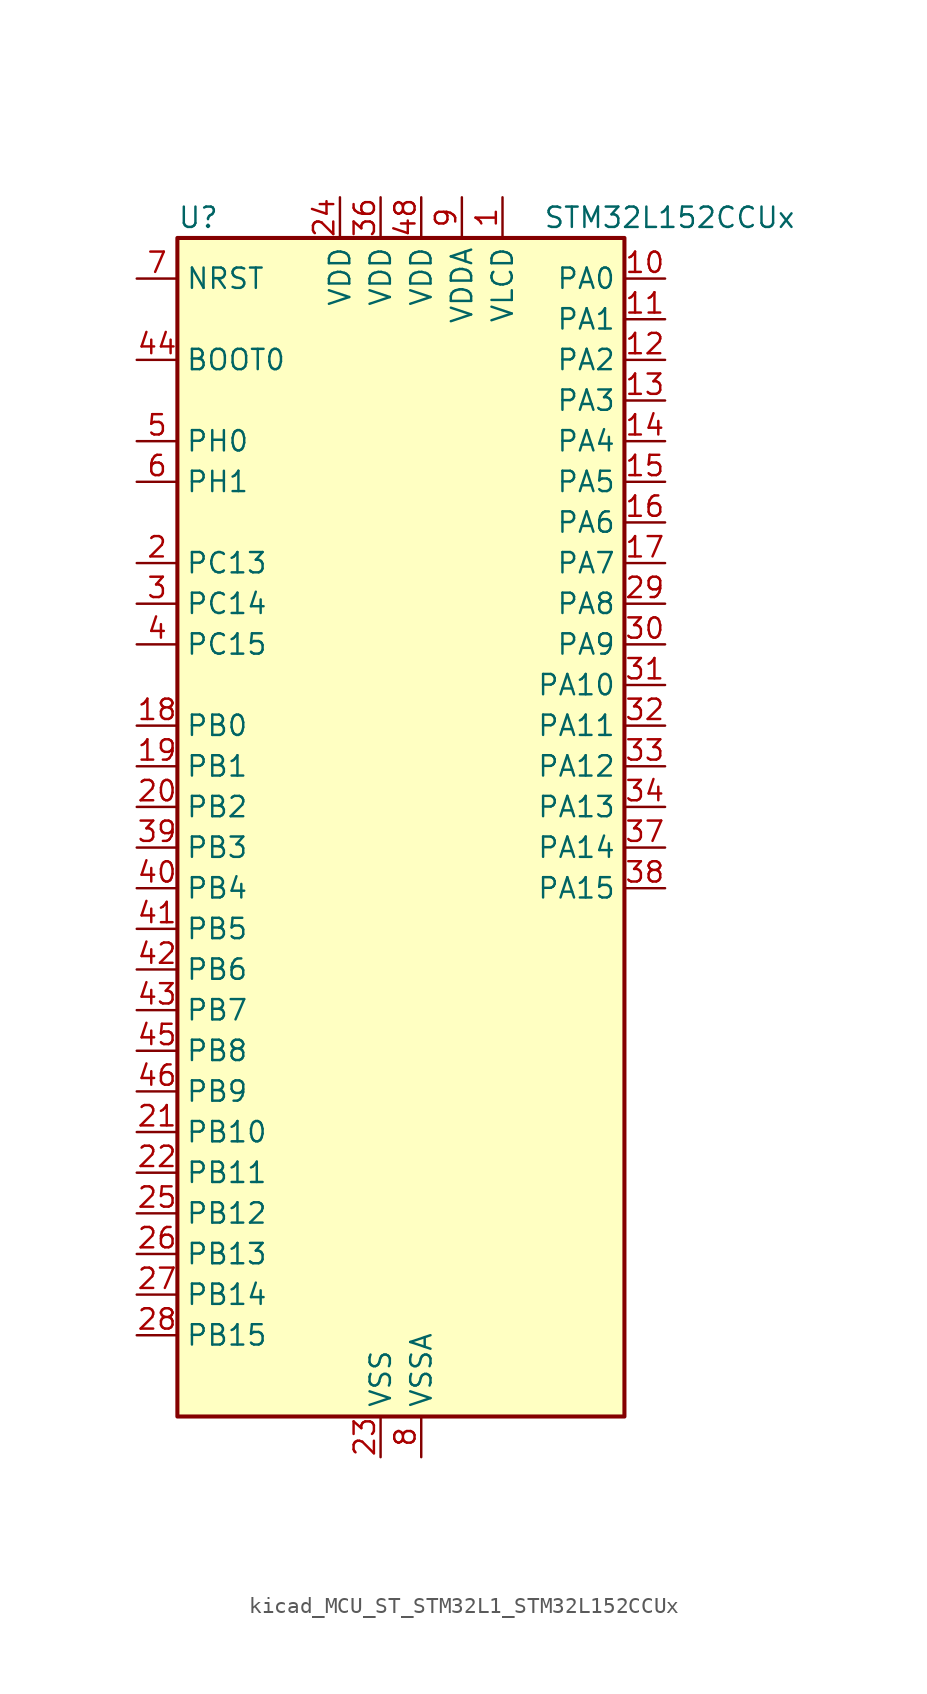
<source format=kicad_sym>
(kicad_symbol_lib
  (version 20220914)
  (generator kicad_symbol_editor)
  (symbol "kicad_MCU_ST_STM32L1_STM32L152CCUx"
    (property "Reference" "U"
      (at -12.7 39.37 0)
      (effects (font (size 1.27 1.27)) (justify left)))
    (property "Value" "STM32L152CCUx"
      (at 10.16 39.37 0)
      (effects (font (size 1.27 1.27)) (justify left)))
    (property "ki_locked" ""
      (at 0 0 0)
      (effects (font (size 1.27 1.27))))
    (symbol "kicad_MCU_ST_STM32L1_STM32L152CCUx_0_1"
      (rectangle (start -12.7 -35.56) (end 15.24 38.1) (stroke (width 0.254) (type default)) (fill (type background))))
    (symbol "kicad_MCU_ST_STM32L1_STM32L152CCUx_1_1"
      (pin power_in line (at 7.62 40.64 270) (length 2.54) (name "VLCD" (effects (font (size 1.27 1.27)))) (number "1" (effects (font (size 1.27 1.27)))))
      (pin bidirectional line (at 17.78 35.56 180) (length 2.54) (name "PA0" (effects (font (size 1.27 1.27)))) (number "10" (effects (font (size 1.27 1.27)))) (alternate "ADC_IN0" bidirectional line) (alternate "COMP1_INP" bidirectional line) (alternate "RTC_TAMP2" bidirectional line) (alternate "SYS_WKUP1" bidirectional line) (alternate "TIM2_CH1" bidirectional line) (alternate "TIM2_ETR" bidirectional line) (alternate "TIM5_CH1" bidirectional line) (alternate "TIMX_IC1" bidirectional line) (alternate "TS_G1_IO1" bidirectional line) (alternate "USART2_CTS" bidirectional line))
      (pin bidirectional line (at 17.78 33.02 180) (length 2.54) (name "PA1" (effects (font (size 1.27 1.27)))) (number "11" (effects (font (size 1.27 1.27)))) (alternate "ADC_IN1" bidirectional line) (alternate "COMP1_INP" bidirectional line) (alternate "LCD_SEG0" bidirectional line) (alternate "OPAMP1_VINP" bidirectional line) (alternate "TIM2_CH2" bidirectional line) (alternate "TIM5_CH2" bidirectional line) (alternate "TIMX_IC2" bidirectional line) (alternate "TS_G1_IO2" bidirectional line) (alternate "USART2_RTS" bidirectional line))
      (pin bidirectional line (at 17.78 30.48 180) (length 2.54) (name "PA2" (effects (font (size 1.27 1.27)))) (number "12" (effects (font (size 1.27 1.27)))) (alternate "ADC_IN2" bidirectional line) (alternate "COMP1_INP" bidirectional line) (alternate "LCD_SEG1" bidirectional line) (alternate "OPAMP1_VINM" bidirectional line) (alternate "TIM2_CH3" bidirectional line) (alternate "TIM5_CH3" bidirectional line) (alternate "TIM9_CH1" bidirectional line) (alternate "TIMX_IC3" bidirectional line) (alternate "TS_G1_IO3" bidirectional line) (alternate "USART2_TX" bidirectional line))
      (pin bidirectional line (at 17.78 27.94 180) (length 2.54) (name "PA3" (effects (font (size 1.27 1.27)))) (number "13" (effects (font (size 1.27 1.27)))) (alternate "ADC_IN3" bidirectional line) (alternate "COMP1_INP" bidirectional line) (alternate "LCD_SEG2" bidirectional line) (alternate "OPAMP1_VOUT" bidirectional line) (alternate "TIM2_CH4" bidirectional line) (alternate "TIM5_CH4" bidirectional line) (alternate "TIM9_CH2" bidirectional line) (alternate "TIMX_IC4" bidirectional line) (alternate "TS_G1_IO4" bidirectional line) (alternate "USART2_RX" bidirectional line))
      (pin bidirectional line (at 17.78 25.4 180) (length 2.54) (name "PA4" (effects (font (size 1.27 1.27)))) (number "14" (effects (font (size 1.27 1.27)))) (alternate "ADC_IN4" bidirectional line) (alternate "COMP1_INP" bidirectional line) (alternate "DAC_OUT1" bidirectional line) (alternate "I2S3_WS" bidirectional line) (alternate "SPI1_NSS" bidirectional line) (alternate "SPI3_NSS" bidirectional line) (alternate "TIMX_IC1" bidirectional line) (alternate "USART2_CK" bidirectional line))
      (pin bidirectional line (at 17.78 22.86 180) (length 2.54) (name "PA5" (effects (font (size 1.27 1.27)))) (number "15" (effects (font (size 1.27 1.27)))) (alternate "ADC_IN5" bidirectional line) (alternate "COMP1_INP" bidirectional line) (alternate "DAC_OUT2" bidirectional line) (alternate "SPI1_SCK" bidirectional line) (alternate "TIM2_CH1" bidirectional line) (alternate "TIM2_ETR" bidirectional line) (alternate "TIMX_IC2" bidirectional line))
      (pin bidirectional line (at 17.78 20.32 180) (length 2.54) (name "PA6" (effects (font (size 1.27 1.27)))) (number "16" (effects (font (size 1.27 1.27)))) (alternate "ADC_IN6" bidirectional line) (alternate "COMP1_INP" bidirectional line) (alternate "LCD_SEG3" bidirectional line) (alternate "OPAMP2_VINP" bidirectional line) (alternate "SPI1_MISO" bidirectional line) (alternate "TIM10_CH1" bidirectional line) (alternate "TIM3_CH1" bidirectional line) (alternate "TIMX_IC3" bidirectional line) (alternate "TS_G2_IO1" bidirectional line))
      (pin bidirectional line (at 17.78 17.78 180) (length 2.54) (name "PA7" (effects (font (size 1.27 1.27)))) (number "17" (effects (font (size 1.27 1.27)))) (alternate "ADC_IN7" bidirectional line) (alternate "COMP1_INP" bidirectional line) (alternate "LCD_SEG4" bidirectional line) (alternate "OPAMP2_VINM" bidirectional line) (alternate "SPI1_MOSI" bidirectional line) (alternate "TIM11_CH1" bidirectional line) (alternate "TIM3_CH2" bidirectional line) (alternate "TIMX_IC4" bidirectional line) (alternate "TS_G2_IO2" bidirectional line))
      (pin bidirectional line (at -15.24 7.62 0) (length 2.54) (name "PB0" (effects (font (size 1.27 1.27)))) (number "18" (effects (font (size 1.27 1.27)))) (alternate "ADC_IN8" bidirectional line) (alternate "COMP1_INP" bidirectional line) (alternate "LCD_SEG5" bidirectional line) (alternate "OPAMP2_VOUT" bidirectional line) (alternate "SYS_V_REF_OUT" bidirectional line) (alternate "TIM3_CH3" bidirectional line) (alternate "TS_G3_IO1" bidirectional line))
      (pin bidirectional line (at -15.24 5.08 0) (length 2.54) (name "PB1" (effects (font (size 1.27 1.27)))) (number "19" (effects (font (size 1.27 1.27)))) (alternate "ADC_IN9" bidirectional line) (alternate "COMP1_INP" bidirectional line) (alternate "LCD_SEG6" bidirectional line) (alternate "SYS_V_REF_OUT" bidirectional line) (alternate "TIM3_CH4" bidirectional line) (alternate "TS_G3_IO2" bidirectional line))
      (pin bidirectional line (at -15.24 17.78 0) (length 2.54) (name "PC13" (effects (font (size 1.27 1.27)))) (number "2" (effects (font (size 1.27 1.27)))) (alternate "RTC_OUT_ALARM" bidirectional line) (alternate "RTC_OUT_CALIB" bidirectional line) (alternate "RTC_TAMP1" bidirectional line) (alternate "RTC_TS" bidirectional line) (alternate "SYS_WKUP2" bidirectional line) (alternate "TIMX_IC2" bidirectional line))
      (pin bidirectional line (at -15.24 2.54 0) (length 2.54) (name "PB2" (effects (font (size 1.27 1.27)))) (number "20" (effects (font (size 1.27 1.27)))) (alternate "TS_G3_IO3" bidirectional line))
      (pin bidirectional line (at -15.24 -17.78 0) (length 2.54) (name "PB10" (effects (font (size 1.27 1.27)))) (number "21" (effects (font (size 1.27 1.27)))) (alternate "I2C2_SCL" bidirectional line) (alternate "LCD_SEG10" bidirectional line) (alternate "TIM2_CH3" bidirectional line) (alternate "USART3_TX" bidirectional line))
      (pin bidirectional line (at -15.24 -20.32 0) (length 2.54) (name "PB11" (effects (font (size 1.27 1.27)))) (number "22" (effects (font (size 1.27 1.27)))) (alternate "ADC_EXTI11" bidirectional line) (alternate "I2C2_SDA" bidirectional line) (alternate "LCD_SEG11" bidirectional line) (alternate "TIM2_CH4" bidirectional line) (alternate "USART3_RX" bidirectional line))
      (pin power_in line (at 0 -38.1 90) (length 2.54) (name "VSS" (effects (font (size 1.27 1.27)))) (number "23" (effects (font (size 1.27 1.27)))))
      (pin power_in line (at -2.54 40.64 270) (length 2.54) (name "VDD" (effects (font (size 1.27 1.27)))) (number "24" (effects (font (size 1.27 1.27)))))
      (pin bidirectional line (at -15.24 -22.86 0) (length 2.54) (name "PB12" (effects (font (size 1.27 1.27)))) (number "25" (effects (font (size 1.27 1.27)))) (alternate "ADC_IN18" bidirectional line) (alternate "COMP1_INP" bidirectional line) (alternate "I2C2_SMBA" bidirectional line) (alternate "I2S2_WS" bidirectional line) (alternate "LCD_SEG12" bidirectional line) (alternate "SPI2_NSS" bidirectional line) (alternate "TIM10_CH1" bidirectional line) (alternate "TS_G7_IO1" bidirectional line) (alternate "USART3_CK" bidirectional line))
      (pin bidirectional line (at -15.24 -25.4 0) (length 2.54) (name "PB13" (effects (font (size 1.27 1.27)))) (number "26" (effects (font (size 1.27 1.27)))) (alternate "ADC_IN19" bidirectional line) (alternate "COMP1_INP" bidirectional line) (alternate "I2S2_CK" bidirectional line) (alternate "LCD_SEG13" bidirectional line) (alternate "SPI2_SCK" bidirectional line) (alternate "TIM9_CH1" bidirectional line) (alternate "TS_G7_IO2" bidirectional line) (alternate "USART3_CTS" bidirectional line))
      (pin bidirectional line (at -15.24 -27.94 0) (length 2.54) (name "PB14" (effects (font (size 1.27 1.27)))) (number "27" (effects (font (size 1.27 1.27)))) (alternate "ADC_IN20" bidirectional line) (alternate "COMP1_INP" bidirectional line) (alternate "LCD_SEG14" bidirectional line) (alternate "SPI2_MISO" bidirectional line) (alternate "TIM9_CH2" bidirectional line) (alternate "TS_G7_IO3" bidirectional line) (alternate "USART3_RTS" bidirectional line))
      (pin bidirectional line (at -15.24 -30.48 0) (length 2.54) (name "PB15" (effects (font (size 1.27 1.27)))) (number "28" (effects (font (size 1.27 1.27)))) (alternate "ADC_EXTI15" bidirectional line) (alternate "ADC_IN21" bidirectional line) (alternate "COMP1_INP" bidirectional line) (alternate "I2S2_SD" bidirectional line) (alternate "LCD_SEG15" bidirectional line) (alternate "RTC_REFIN" bidirectional line) (alternate "SPI2_MOSI" bidirectional line) (alternate "TIM11_CH1" bidirectional line) (alternate "TS_G7_IO4" bidirectional line))
      (pin bidirectional line (at 17.78 15.24 180) (length 2.54) (name "PA8" (effects (font (size 1.27 1.27)))) (number "29" (effects (font (size 1.27 1.27)))) (alternate "LCD_COM0" bidirectional line) (alternate "RCC_MCO" bidirectional line) (alternate "TIMX_IC1" bidirectional line) (alternate "TS_G4_IO1" bidirectional line) (alternate "USART1_CK" bidirectional line))
      (pin bidirectional line (at -15.24 15.24 0) (length 2.54) (name "PC14" (effects (font (size 1.27 1.27)))) (number "3" (effects (font (size 1.27 1.27)))) (alternate "RCC_OSC32_IN" bidirectional line) (alternate "TIMX_IC3" bidirectional line))
      (pin bidirectional line (at 17.78 12.7 180) (length 2.54) (name "PA9" (effects (font (size 1.27 1.27)))) (number "30" (effects (font (size 1.27 1.27)))) (alternate "DAC_EXTI9" bidirectional line) (alternate "LCD_COM1" bidirectional line) (alternate "TIMX_IC2" bidirectional line) (alternate "TS_G4_IO2" bidirectional line) (alternate "USART1_TX" bidirectional line))
      (pin bidirectional line (at 17.78 10.16 180) (length 2.54) (name "PA10" (effects (font (size 1.27 1.27)))) (number "31" (effects (font (size 1.27 1.27)))) (alternate "LCD_COM2" bidirectional line) (alternate "TIMX_IC3" bidirectional line) (alternate "TS_G4_IO3" bidirectional line) (alternate "USART1_RX" bidirectional line))
      (pin bidirectional line (at 17.78 7.62 180) (length 2.54) (name "PA11" (effects (font (size 1.27 1.27)))) (number "32" (effects (font (size 1.27 1.27)))) (alternate "ADC_EXTI11" bidirectional line) (alternate "SPI1_MISO" bidirectional line) (alternate "TIMX_IC4" bidirectional line) (alternate "USART1_CTS" bidirectional line) (alternate "USB_DM" bidirectional line))
      (pin bidirectional line (at 17.78 5.08 180) (length 2.54) (name "PA12" (effects (font (size 1.27 1.27)))) (number "33" (effects (font (size 1.27 1.27)))) (alternate "SPI1_MOSI" bidirectional line) (alternate "TIMX_IC1" bidirectional line) (alternate "USART1_RTS" bidirectional line) (alternate "USB_DP" bidirectional line))
      (pin bidirectional line (at 17.78 2.54 180) (length 2.54) (name "PA13" (effects (font (size 1.27 1.27)))) (number "34" (effects (font (size 1.27 1.27)))) (alternate "SYS_JTMS-SWDIO" bidirectional line) (alternate "TIMX_IC2" bidirectional line) (alternate "TS_G5_IO1" bidirectional line))
      (pin passive line (at 0 -38.1 90) (length 2.54) hide (name "VSS" (effects (font (size 1.27 1.27)))) (number "35" (effects (font (size 1.27 1.27)))))
      (pin power_in line (at 0 40.64 270) (length 2.54) (name "VDD" (effects (font (size 1.27 1.27)))) (number "36" (effects (font (size 1.27 1.27)))))
      (pin bidirectional line (at 17.78 0 180) (length 2.54) (name "PA14" (effects (font (size 1.27 1.27)))) (number "37" (effects (font (size 1.27 1.27)))) (alternate "SYS_JTCK-SWCLK" bidirectional line) (alternate "TIMX_IC3" bidirectional line) (alternate "TS_G5_IO2" bidirectional line))
      (pin bidirectional line (at 17.78 -2.54 180) (length 2.54) (name "PA15" (effects (font (size 1.27 1.27)))) (number "38" (effects (font (size 1.27 1.27)))) (alternate "ADC_EXTI15" bidirectional line) (alternate "I2S3_WS" bidirectional line) (alternate "LCD_SEG17" bidirectional line) (alternate "SPI1_NSS" bidirectional line) (alternate "SPI3_NSS" bidirectional line) (alternate "SYS_JTDI" bidirectional line) (alternate "TIM2_CH1" bidirectional line) (alternate "TIM2_ETR" bidirectional line) (alternate "TIMX_IC4" bidirectional line) (alternate "TS_G5_IO3" bidirectional line))
      (pin bidirectional line (at -15.24 0 0) (length 2.54) (name "PB3" (effects (font (size 1.27 1.27)))) (number "39" (effects (font (size 1.27 1.27)))) (alternate "COMP2_INM" bidirectional line) (alternate "I2S3_CK" bidirectional line) (alternate "LCD_SEG7" bidirectional line) (alternate "SPI1_SCK" bidirectional line) (alternate "SPI3_SCK" bidirectional line) (alternate "SYS_JTDO-TRACESWO" bidirectional line) (alternate "TIM2_CH2" bidirectional line))
      (pin bidirectional line (at -15.24 12.7 0) (length 2.54) (name "PC15" (effects (font (size 1.27 1.27)))) (number "4" (effects (font (size 1.27 1.27)))) (alternate "ADC_EXTI15" bidirectional line) (alternate "RCC_OSC32_OUT" bidirectional line) (alternate "TIMX_IC4" bidirectional line))
      (pin bidirectional line (at -15.24 -2.54 0) (length 2.54) (name "PB4" (effects (font (size 1.27 1.27)))) (number "40" (effects (font (size 1.27 1.27)))) (alternate "COMP2_INP" bidirectional line) (alternate "LCD_SEG8" bidirectional line) (alternate "SPI1_MISO" bidirectional line) (alternate "SPI3_MISO" bidirectional line) (alternate "SYS_JTRST" bidirectional line) (alternate "TIM3_CH1" bidirectional line) (alternate "TS_G6_IO1" bidirectional line))
      (pin bidirectional line (at -15.24 -5.08 0) (length 2.54) (name "PB5" (effects (font (size 1.27 1.27)))) (number "41" (effects (font (size 1.27 1.27)))) (alternate "COMP2_INP" bidirectional line) (alternate "I2C1_SMBA" bidirectional line) (alternate "I2S3_SD" bidirectional line) (alternate "LCD_SEG9" bidirectional line) (alternate "SPI1_MOSI" bidirectional line) (alternate "SPI3_MOSI" bidirectional line) (alternate "TIM3_CH2" bidirectional line) (alternate "TS_G6_IO2" bidirectional line))
      (pin bidirectional line (at -15.24 -7.62 0) (length 2.54) (name "PB6" (effects (font (size 1.27 1.27)))) (number "42" (effects (font (size 1.27 1.27)))) (alternate "COMP2_INP" bidirectional line) (alternate "I2C1_SCL" bidirectional line) (alternate "TIM4_CH1" bidirectional line) (alternate "TS_G6_IO3" bidirectional line) (alternate "USART1_TX" bidirectional line))
      (pin bidirectional line (at -15.24 -10.16 0) (length 2.54) (name "PB7" (effects (font (size 1.27 1.27)))) (number "43" (effects (font (size 1.27 1.27)))) (alternate "COMP2_INP" bidirectional line) (alternate "I2C1_SDA" bidirectional line) (alternate "SYS_PVD_IN" bidirectional line) (alternate "TIM4_CH2" bidirectional line) (alternate "TS_G6_IO4" bidirectional line) (alternate "USART1_RX" bidirectional line))
      (pin input line (at -15.24 30.48 0) (length 2.54) (name "BOOT0" (effects (font (size 1.27 1.27)))) (number "44" (effects (font (size 1.27 1.27)))))
      (pin bidirectional line (at -15.24 -12.7 0) (length 2.54) (name "PB8" (effects (font (size 1.27 1.27)))) (number "45" (effects (font (size 1.27 1.27)))) (alternate "I2C1_SCL" bidirectional line) (alternate "LCD_SEG16" bidirectional line) (alternate "TIM10_CH1" bidirectional line) (alternate "TIM4_CH3" bidirectional line))
      (pin bidirectional line (at -15.24 -15.24 0) (length 2.54) (name "PB9" (effects (font (size 1.27 1.27)))) (number "46" (effects (font (size 1.27 1.27)))) (alternate "DAC_EXTI9" bidirectional line) (alternate "I2C1_SDA" bidirectional line) (alternate "LCD_COM3" bidirectional line) (alternate "TIM11_CH1" bidirectional line) (alternate "TIM4_CH4" bidirectional line))
      (pin passive line (at 0 -38.1 90) (length 2.54) hide (name "VSS" (effects (font (size 1.27 1.27)))) (number "47" (effects (font (size 1.27 1.27)))))
      (pin power_in line (at 2.54 40.64 270) (length 2.54) (name "VDD" (effects (font (size 1.27 1.27)))) (number "48" (effects (font (size 1.27 1.27)))))
      (pin passive line (at 0 -38.1 90) (length 2.54) hide (name "VSS" (effects (font (size 1.27 1.27)))) (number "49" (effects (font (size 1.27 1.27)))))
      (pin bidirectional line (at -15.24 25.4 0) (length 2.54) (name "PH0" (effects (font (size 1.27 1.27)))) (number "5" (effects (font (size 1.27 1.27)))) (alternate "RCC_OSC_IN" bidirectional line))
      (pin bidirectional line (at -15.24 22.86 0) (length 2.54) (name "PH1" (effects (font (size 1.27 1.27)))) (number "6" (effects (font (size 1.27 1.27)))) (alternate "RCC_OSC_OUT" bidirectional line))
      (pin input line (at -15.24 35.56 0) (length 2.54) (name "NRST" (effects (font (size 1.27 1.27)))) (number "7" (effects (font (size 1.27 1.27)))))
      (pin power_in line (at 2.54 -38.1 90) (length 2.54) (name "VSSA" (effects (font (size 1.27 1.27)))) (number "8" (effects (font (size 1.27 1.27)))))
      (pin power_in line (at 5.08 40.64 270) (length 2.54) (name "VDDA" (effects (font (size 1.27 1.27)))) (number "9" (effects (font (size 1.27 1.27))))))))
</source>
